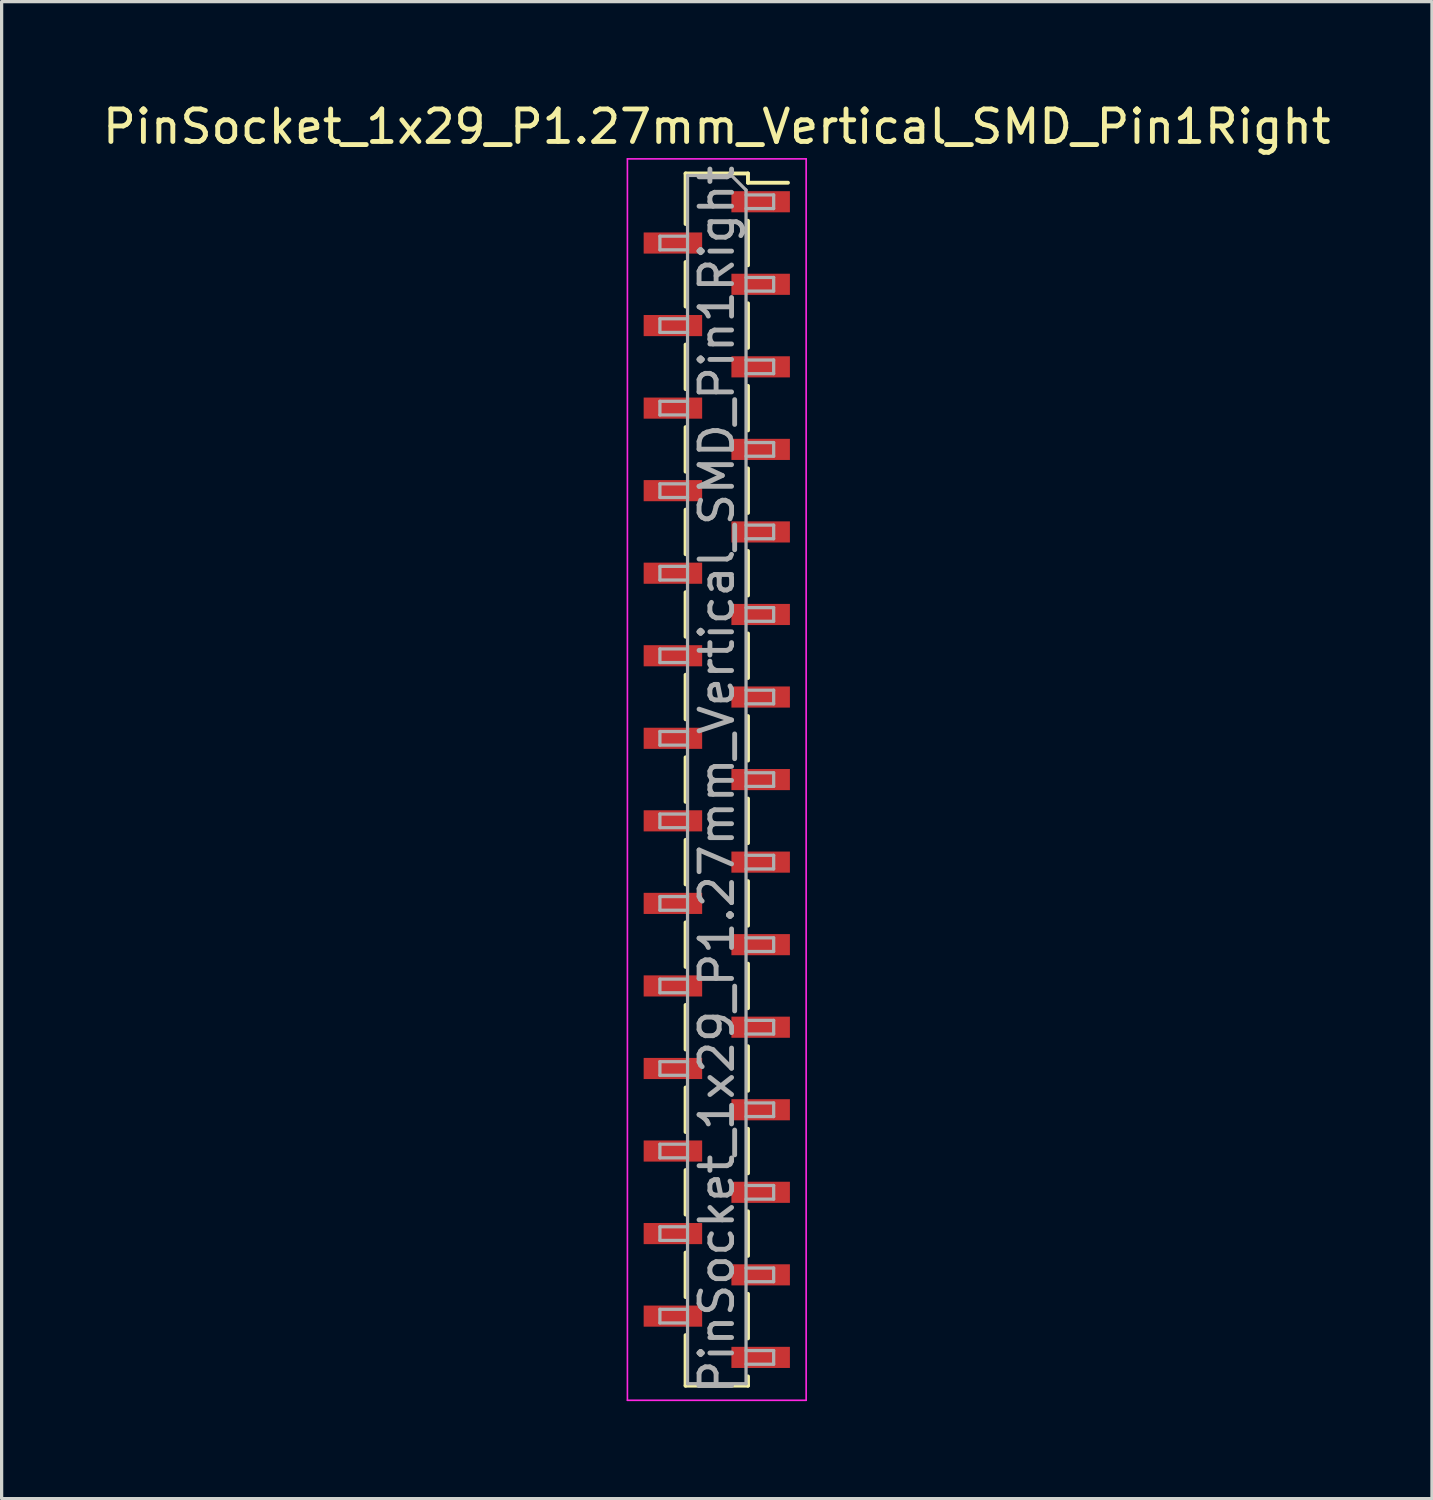
<source format=kicad_pcb>
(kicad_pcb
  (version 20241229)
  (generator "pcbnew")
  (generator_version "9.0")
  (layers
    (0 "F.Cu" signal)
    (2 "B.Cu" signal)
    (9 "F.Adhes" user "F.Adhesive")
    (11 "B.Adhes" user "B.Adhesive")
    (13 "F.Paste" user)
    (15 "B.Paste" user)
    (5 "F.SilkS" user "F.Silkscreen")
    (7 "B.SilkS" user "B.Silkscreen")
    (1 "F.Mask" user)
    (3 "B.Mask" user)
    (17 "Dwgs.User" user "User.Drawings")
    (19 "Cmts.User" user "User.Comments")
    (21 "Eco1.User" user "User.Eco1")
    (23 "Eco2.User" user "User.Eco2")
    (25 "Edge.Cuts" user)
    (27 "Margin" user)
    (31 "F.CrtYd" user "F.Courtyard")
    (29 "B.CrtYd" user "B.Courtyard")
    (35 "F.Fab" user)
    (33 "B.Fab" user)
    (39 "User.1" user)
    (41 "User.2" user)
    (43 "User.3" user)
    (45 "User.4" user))
  (footprint "PinSocket_1x29_P1.27mm_Vertical_SMD_Pin1Right"
    (layer "F.Cu")
    (at 19.006 20.938)
    (property "Reference" "PinSocket_1x29_P1.27mm_Vertical_SMD_Pin1Right" (at 0 -20.09 0) (layer "F.SilkS") (effects (font (size 1 1) (thickness 0.15))))
    (attr smd)
    (fp_line (start -0.96 -18.65) (end -0.96 -17.095) (stroke (width 0.12) (type solid)) (layer "F.SilkS"))
    (fp_line (start -0.96 -18.65) (end 0.96 -18.65) (stroke (width 0.12) (type solid)) (layer "F.SilkS"))
    (fp_line (start -0.96 -15.925) (end -0.96 -14.555) (stroke (width 0.12) (type solid)) (layer "F.SilkS"))
    (fp_line (start -0.96 -13.385) (end -0.96 -12.015) (stroke (width 0.12) (type solid)) (layer "F.SilkS"))
    (fp_line (start -0.96 -10.845) (end -0.96 -9.475) (stroke (width 0.12) (type solid)) (layer "F.SilkS"))
    (fp_line (start -0.96 -8.305) (end -0.96 -6.935) (stroke (width 0.12) (type solid)) (layer "F.SilkS"))
    (fp_line (start -0.96 -5.765) (end -0.96 -4.395) (stroke (width 0.12) (type solid)) (layer "F.SilkS"))
    (fp_line (start -0.96 -3.225) (end -0.96 -1.855) (stroke (width 0.12) (type solid)) (layer "F.SilkS"))
    (fp_line (start -0.96 -0.685) (end -0.96 0.685) (stroke (width 0.12) (type solid)) (layer "F.SilkS"))
    (fp_line (start -0.96 1.855) (end -0.96 3.225) (stroke (width 0.12) (type solid)) (layer "F.SilkS"))
    (fp_line (start -0.96 4.395) (end -0.96 5.765) (stroke (width 0.12) (type solid)) (layer "F.SilkS"))
    (fp_line (start -0.96 6.935) (end -0.96 8.305) (stroke (width 0.12) (type solid)) (layer "F.SilkS"))
    (fp_line (start -0.96 9.475) (end -0.96 10.845) (stroke (width 0.12) (type solid)) (layer "F.SilkS"))
    (fp_line (start -0.96 12.015) (end -0.96 13.385) (stroke (width 0.12) (type solid)) (layer "F.SilkS"))
    (fp_line (start -0.96 14.555) (end -0.96 15.925) (stroke (width 0.12) (type solid)) (layer "F.SilkS"))
    (fp_line (start -0.96 17.095) (end -0.96 18.65) (stroke (width 0.12) (type solid)) (layer "F.SilkS"))
    (fp_line (start -0.96 18.65) (end 0.96 18.65) (stroke (width 0.12) (type solid)) (layer "F.SilkS"))
    (fp_line (start 0.96 -18.65) (end 0.96 -18.365) (stroke (width 0.12) (type solid)) (layer "F.SilkS"))
    (fp_line (start 0.96 -18.365) (end 2.19 -18.365) (stroke (width 0.12) (type solid)) (layer "F.SilkS"))
    (fp_line (start 0.96 -17.195) (end 0.96 -15.825) (stroke (width 0.12) (type solid)) (layer "F.SilkS"))
    (fp_line (start 0.96 -14.655) (end 0.96 -13.285) (stroke (width 0.12) (type solid)) (layer "F.SilkS"))
    (fp_line (start 0.96 -12.115) (end 0.96 -10.745) (stroke (width 0.12) (type solid)) (layer "F.SilkS"))
    (fp_line (start 0.96 -9.575) (end 0.96 -8.205) (stroke (width 0.12) (type solid)) (layer "F.SilkS"))
    (fp_line (start 0.96 -7.035) (end 0.96 -5.665) (stroke (width 0.12) (type solid)) (layer "F.SilkS"))
    (fp_line (start 0.96 -4.495) (end 0.96 -3.125) (stroke (width 0.12) (type solid)) (layer "F.SilkS"))
    (fp_line (start 0.96 -1.955) (end 0.96 -0.585) (stroke (width 0.12) (type solid)) (layer "F.SilkS"))
    (fp_line (start 0.96 0.585) (end 0.96 1.955) (stroke (width 0.12) (type solid)) (layer "F.SilkS"))
    (fp_line (start 0.96 3.125) (end 0.96 4.495) (stroke (width 0.12) (type solid)) (layer "F.SilkS"))
    (fp_line (start 0.96 5.665) (end 0.96 7.035) (stroke (width 0.12) (type solid)) (layer "F.SilkS"))
    (fp_line (start 0.96 8.205) (end 0.96 9.575) (stroke (width 0.12) (type solid)) (layer "F.SilkS"))
    (fp_line (start 0.96 10.745) (end 0.96 12.115) (stroke (width 0.12) (type solid)) (layer "F.SilkS"))
    (fp_line (start 0.96 13.285) (end 0.96 14.655) (stroke (width 0.12) (type solid)) (layer "F.SilkS"))
    (fp_line (start 0.96 15.825) (end 0.96 17.195) (stroke (width 0.12) (type solid)) (layer "F.SilkS"))
    (fp_line (start 0.96 18.365) (end 0.96 18.65) (stroke (width 0.12) (type solid)) (layer "F.SilkS"))
    (fp_line (start -2.75 -19.1) (end 2.75 -19.1) (stroke (width 0.05) (type solid)) (layer "F.CrtYd"))
    (fp_line (start -2.75 19.1) (end -2.75 -19.1) (stroke (width 0.05) (type solid)) (layer "F.CrtYd"))
    (fp_line (start 2.75 -19.1) (end 2.75 19.1) (stroke (width 0.05) (type solid)) (layer "F.CrtYd"))
    (fp_line (start 2.75 19.1) (end -2.75 19.1) (stroke (width 0.05) (type solid)) (layer "F.CrtYd"))
    (fp_line (start -1.75 -16.72) (end -0.9 -16.72) (stroke (width 0.1) (type solid)) (layer "F.Fab"))
    (fp_line (start -1.75 -16.3) (end -1.75 -16.72) (stroke (width 0.1) (type solid)) (layer "F.Fab"))
    (fp_line (start -1.75 -14.18) (end -0.9 -14.18) (stroke (width 0.1) (type solid)) (layer "F.Fab"))
    (fp_line (start -1.75 -13.76) (end -1.75 -14.18) (stroke (width 0.1) (type solid)) (layer "F.Fab"))
    (fp_line (start -1.75 -11.64) (end -0.9 -11.64) (stroke (width 0.1) (type solid)) (layer "F.Fab"))
    (fp_line (start -1.75 -11.22) (end -1.75 -11.64) (stroke (width 0.1) (type solid)) (layer "F.Fab"))
    (fp_line (start -1.75 -9.1) (end -0.9 -9.1) (stroke (width 0.1) (type solid)) (layer "F.Fab"))
    (fp_line (start -1.75 -8.68) (end -1.75 -9.1) (stroke (width 0.1) (type solid)) (layer "F.Fab"))
    (fp_line (start -1.75 -6.56) (end -0.9 -6.56) (stroke (width 0.1) (type solid)) (layer "F.Fab"))
    (fp_line (start -1.75 -6.14) (end -1.75 -6.56) (stroke (width 0.1) (type solid)) (layer "F.Fab"))
    (fp_line (start -1.75 -4.02) (end -0.9 -4.02) (stroke (width 0.1) (type solid)) (layer "F.Fab"))
    (fp_line (start -1.75 -3.6) (end -1.75 -4.02) (stroke (width 0.1) (type solid)) (layer "F.Fab"))
    (fp_line (start -1.75 -1.48) (end -0.9 -1.48) (stroke (width 0.1) (type solid)) (layer "F.Fab"))
    (fp_line (start -1.75 -1.06) (end -1.75 -1.48) (stroke (width 0.1) (type solid)) (layer "F.Fab"))
    (fp_line (start -1.75 1.06) (end -0.9 1.06) (stroke (width 0.1) (type solid)) (layer "F.Fab"))
    (fp_line (start -1.75 1.48) (end -1.75 1.06) (stroke (width 0.1) (type solid)) (layer "F.Fab"))
    (fp_line (start -1.75 3.6) (end -0.9 3.6) (stroke (width 0.1) (type solid)) (layer "F.Fab"))
    (fp_line (start -1.75 4.02) (end -1.75 3.6) (stroke (width 0.1) (type solid)) (layer "F.Fab"))
    (fp_line (start -1.75 6.14) (end -0.9 6.14) (stroke (width 0.1) (type solid)) (layer "F.Fab"))
    (fp_line (start -1.75 6.56) (end -1.75 6.14) (stroke (width 0.1) (type solid)) (layer "F.Fab"))
    (fp_line (start -1.75 8.68) (end -0.9 8.68) (stroke (width 0.1) (type solid)) (layer "F.Fab"))
    (fp_line (start -1.75 9.1) (end -1.75 8.68) (stroke (width 0.1) (type solid)) (layer "F.Fab"))
    (fp_line (start -1.75 11.22) (end -0.9 11.22) (stroke (width 0.1) (type solid)) (layer "F.Fab"))
    (fp_line (start -1.75 11.64) (end -1.75 11.22) (stroke (width 0.1) (type solid)) (layer "F.Fab"))
    (fp_line (start -1.75 13.76) (end -0.9 13.76) (stroke (width 0.1) (type solid)) (layer "F.Fab"))
    (fp_line (start -1.75 14.18) (end -1.75 13.76) (stroke (width 0.1) (type solid)) (layer "F.Fab"))
    (fp_line (start -1.75 16.3) (end -0.9 16.3) (stroke (width 0.1) (type solid)) (layer "F.Fab"))
    (fp_line (start -1.75 16.72) (end -1.75 16.3) (stroke (width 0.1) (type solid)) (layer "F.Fab"))
    (fp_line (start -0.9 -18.59) (end 0.45 -18.59) (stroke (width 0.1) (type solid)) (layer "F.Fab"))
    (fp_line (start -0.9 -16.3) (end -1.75 -16.3) (stroke (width 0.1) (type solid)) (layer "F.Fab"))
    (fp_line (start -0.9 -13.76) (end -1.75 -13.76) (stroke (width 0.1) (type solid)) (layer "F.Fab"))
    (fp_line (start -0.9 -11.22) (end -1.75 -11.22) (stroke (width 0.1) (type solid)) (layer "F.Fab"))
    (fp_line (start -0.9 -8.68) (end -1.75 -8.68) (stroke (width 0.1) (type solid)) (layer "F.Fab"))
    (fp_line (start -0.9 -6.14) (end -1.75 -6.14) (stroke (width 0.1) (type solid)) (layer "F.Fab"))
    (fp_line (start -0.9 -3.6) (end -1.75 -3.6) (stroke (width 0.1) (type solid)) (layer "F.Fab"))
    (fp_line (start -0.9 -1.06) (end -1.75 -1.06) (stroke (width 0.1) (type solid)) (layer "F.Fab"))
    (fp_line (start -0.9 1.48) (end -1.75 1.48) (stroke (width 0.1) (type solid)) (layer "F.Fab"))
    (fp_line (start -0.9 4.02) (end -1.75 4.02) (stroke (width 0.1) (type solid)) (layer "F.Fab"))
    (fp_line (start -0.9 6.56) (end -1.75 6.56) (stroke (width 0.1) (type solid)) (layer "F.Fab"))
    (fp_line (start -0.9 9.1) (end -1.75 9.1) (stroke (width 0.1) (type solid)) (layer "F.Fab"))
    (fp_line (start -0.9 11.64) (end -1.75 11.64) (stroke (width 0.1) (type solid)) (layer "F.Fab"))
    (fp_line (start -0.9 14.18) (end -1.75 14.18) (stroke (width 0.1) (type solid)) (layer "F.Fab"))
    (fp_line (start -0.9 16.72) (end -1.75 16.72) (stroke (width 0.1) (type solid)) (layer "F.Fab"))
    (fp_line (start -0.9 18.59) (end -0.9 -18.59) (stroke (width 0.1) (type solid)) (layer "F.Fab"))
    (fp_line (start 0.45 -18.59) (end 0.9 -18.14) (stroke (width 0.1) (type solid)) (layer "F.Fab"))
    (fp_line (start 0.9 -18.14) (end 0.9 18.59) (stroke (width 0.1) (type solid)) (layer "F.Fab"))
    (fp_line (start 0.9 -17.99) (end 1.75 -17.99) (stroke (width 0.1) (type solid)) (layer "F.Fab"))
    (fp_line (start 0.9 -15.45) (end 1.75 -15.45) (stroke (width 0.1) (type solid)) (layer "F.Fab"))
    (fp_line (start 0.9 -12.91) (end 1.75 -12.91) (stroke (width 0.1) (type solid)) (layer "F.Fab"))
    (fp_line (start 0.9 -10.37) (end 1.75 -10.37) (stroke (width 0.1) (type solid)) (layer "F.Fab"))
    (fp_line (start 0.9 -7.83) (end 1.75 -7.83) (stroke (width 0.1) (type solid)) (layer "F.Fab"))
    (fp_line (start 0.9 -5.29) (end 1.75 -5.29) (stroke (width 0.1) (type solid)) (layer "F.Fab"))
    (fp_line (start 0.9 -2.75) (end 1.75 -2.75) (stroke (width 0.1) (type solid)) (layer "F.Fab"))
    (fp_line (start 0.9 -0.21) (end 1.75 -0.21) (stroke (width 0.1) (type solid)) (layer "F.Fab"))
    (fp_line (start 0.9 2.33) (end 1.75 2.33) (stroke (width 0.1) (type solid)) (layer "F.Fab"))
    (fp_line (start 0.9 4.87) (end 1.75 4.87) (stroke (width 0.1) (type solid)) (layer "F.Fab"))
    (fp_line (start 0.9 7.41) (end 1.75 7.41) (stroke (width 0.1) (type solid)) (layer "F.Fab"))
    (fp_line (start 0.9 9.95) (end 1.75 9.95) (stroke (width 0.1) (type solid)) (layer "F.Fab"))
    (fp_line (start 0.9 12.49) (end 1.75 12.49) (stroke (width 0.1) (type solid)) (layer "F.Fab"))
    (fp_line (start 0.9 15.03) (end 1.75 15.03) (stroke (width 0.1) (type solid)) (layer "F.Fab"))
    (fp_line (start 0.9 17.57) (end 1.75 17.57) (stroke (width 0.1) (type solid)) (layer "F.Fab"))
    (fp_line (start 0.9 18.59) (end -0.9 18.59) (stroke (width 0.1) (type solid)) (layer "F.Fab"))
    (fp_line (start 1.75 -17.99) (end 1.75 -17.57) (stroke (width 0.1) (type solid)) (layer "F.Fab"))
    (fp_line (start 1.75 -17.57) (end 0.9 -17.57) (stroke (width 0.1) (type solid)) (layer "F.Fab"))
    (fp_line (start 1.75 -15.45) (end 1.75 -15.03) (stroke (width 0.1) (type solid)) (layer "F.Fab"))
    (fp_line (start 1.75 -15.03) (end 0.9 -15.03) (stroke (width 0.1) (type solid)) (layer "F.Fab"))
    (fp_line (start 1.75 -12.91) (end 1.75 -12.49) (stroke (width 0.1) (type solid)) (layer "F.Fab"))
    (fp_line (start 1.75 -12.49) (end 0.9 -12.49) (stroke (width 0.1) (type solid)) (layer "F.Fab"))
    (fp_line (start 1.75 -10.37) (end 1.75 -9.95) (stroke (width 0.1) (type solid)) (layer "F.Fab"))
    (fp_line (start 1.75 -9.95) (end 0.9 -9.95) (stroke (width 0.1) (type solid)) (layer "F.Fab"))
    (fp_line (start 1.75 -7.83) (end 1.75 -7.41) (stroke (width 0.1) (type solid)) (layer "F.Fab"))
    (fp_line (start 1.75 -7.41) (end 0.9 -7.41) (stroke (width 0.1) (type solid)) (layer "F.Fab"))
    (fp_line (start 1.75 -5.29) (end 1.75 -4.87) (stroke (width 0.1) (type solid)) (layer "F.Fab"))
    (fp_line (start 1.75 -4.87) (end 0.9 -4.87) (stroke (width 0.1) (type solid)) (layer "F.Fab"))
    (fp_line (start 1.75 -2.75) (end 1.75 -2.33) (stroke (width 0.1) (type solid)) (layer "F.Fab"))
    (fp_line (start 1.75 -2.33) (end 0.9 -2.33) (stroke (width 0.1) (type solid)) (layer "F.Fab"))
    (fp_line (start 1.75 -0.21) (end 1.75 0.21) (stroke (width 0.1) (type solid)) (layer "F.Fab"))
    (fp_line (start 1.75 0.21) (end 0.9 0.21) (stroke (width 0.1) (type solid)) (layer "F.Fab"))
    (fp_line (start 1.75 2.33) (end 1.75 2.75) (stroke (width 0.1) (type solid)) (layer "F.Fab"))
    (fp_line (start 1.75 2.75) (end 0.9 2.75) (stroke (width 0.1) (type solid)) (layer "F.Fab"))
    (fp_line (start 1.75 4.87) (end 1.75 5.29) (stroke (width 0.1) (type solid)) (layer "F.Fab"))
    (fp_line (start 1.75 5.29) (end 0.9 5.29) (stroke (width 0.1) (type solid)) (layer "F.Fab"))
    (fp_line (start 1.75 7.41) (end 1.75 7.83) (stroke (width 0.1) (type solid)) (layer "F.Fab"))
    (fp_line (start 1.75 7.83) (end 0.9 7.83) (stroke (width 0.1) (type solid)) (layer "F.Fab"))
    (fp_line (start 1.75 9.95) (end 1.75 10.37) (stroke (width 0.1) (type solid)) (layer "F.Fab"))
    (fp_line (start 1.75 10.37) (end 0.9 10.37) (stroke (width 0.1) (type solid)) (layer "F.Fab"))
    (fp_line (start 1.75 12.49) (end 1.75 12.91) (stroke (width 0.1) (type solid)) (layer "F.Fab"))
    (fp_line (start 1.75 12.91) (end 0.9 12.91) (stroke (width 0.1) (type solid)) (layer "F.Fab"))
    (fp_line (start 1.75 15.03) (end 1.75 15.45) (stroke (width 0.1) (type solid)) (layer "F.Fab"))
    (fp_line (start 1.75 15.45) (end 0.9 15.45) (stroke (width 0.1) (type solid)) (layer "F.Fab"))
    (fp_line (start 1.75 17.57) (end 1.75 17.99) (stroke (width 0.1) (type solid)) (layer "F.Fab"))
    (fp_line (start 1.75 17.99) (end 0.9 17.99) (stroke (width 0.1) (type solid)) (layer "F.Fab"))
    (fp_text user "${REFERENCE}" (at 0 0 90) (layer "F.Fab") (effects (font (size 1 1) (thickness 0.15))))
    (pad "1" smd rect (at 1.35 -17.78) (size 1.8 0.65) (layers "F.Cu" "F.Mask" "F.Paste"))
    (pad "2" smd rect (at -1.35 -16.51) (size 1.8 0.65) (layers "F.Cu" "F.Mask" "F.Paste"))
    (pad "3" smd rect (at 1.35 -15.24) (size 1.8 0.65) (layers "F.Cu" "F.Mask" "F.Paste"))
    (pad "4" smd rect (at -1.35 -13.97) (size 1.8 0.65) (layers "F.Cu" "F.Mask" "F.Paste"))
    (pad "5" smd rect (at 1.35 -12.7) (size 1.8 0.65) (layers "F.Cu" "F.Mask" "F.Paste"))
    (pad "6" smd rect (at -1.35 -11.43) (size 1.8 0.65) (layers "F.Cu" "F.Mask" "F.Paste"))
    (pad "7" smd rect (at 1.35 -10.16) (size 1.8 0.65) (layers "F.Cu" "F.Mask" "F.Paste"))
    (pad "8" smd rect (at -1.35 -8.89) (size 1.8 0.65) (layers "F.Cu" "F.Mask" "F.Paste"))
    (pad "9" smd rect (at 1.35 -7.62) (size 1.8 0.65) (layers "F.Cu" "F.Mask" "F.Paste"))
    (pad "10" smd rect (at -1.35 -6.35) (size 1.8 0.65) (layers "F.Cu" "F.Mask" "F.Paste"))
    (pad "11" smd rect (at 1.35 -5.08) (size 1.8 0.65) (layers "F.Cu" "F.Mask" "F.Paste"))
    (pad "12" smd rect (at -1.35 -3.81) (size 1.8 0.65) (layers "F.Cu" "F.Mask" "F.Paste"))
    (pad "13" smd rect (at 1.35 -2.54) (size 1.8 0.65) (layers "F.Cu" "F.Mask" "F.Paste"))
    (pad "14" smd rect (at -1.35 -1.27) (size 1.8 0.65) (layers "F.Cu" "F.Mask" "F.Paste"))
    (pad "15" smd rect (at 1.35 0) (size 1.8 0.65) (layers "F.Cu" "F.Mask" "F.Paste"))
    (pad "16" smd rect (at -1.35 1.27) (size 1.8 0.65) (layers "F.Cu" "F.Mask" "F.Paste"))
    (pad "17" smd rect (at 1.35 2.54) (size 1.8 0.65) (layers "F.Cu" "F.Mask" "F.Paste"))
    (pad "18" smd rect (at -1.35 3.81) (size 1.8 0.65) (layers "F.Cu" "F.Mask" "F.Paste"))
    (pad "19" smd rect (at 1.35 5.08) (size 1.8 0.65) (layers "F.Cu" "F.Mask" "F.Paste"))
    (pad "20" smd rect (at -1.35 6.35) (size 1.8 0.65) (layers "F.Cu" "F.Mask" "F.Paste"))
    (pad "21" smd rect (at 1.35 7.62) (size 1.8 0.65) (layers "F.Cu" "F.Mask" "F.Paste"))
    (pad "22" smd rect (at -1.35 8.89) (size 1.8 0.65) (layers "F.Cu" "F.Mask" "F.Paste"))
    (pad "23" smd rect (at 1.35 10.16) (size 1.8 0.65) (layers "F.Cu" "F.Mask" "F.Paste"))
    (pad "24" smd rect (at -1.35 11.43) (size 1.8 0.65) (layers "F.Cu" "F.Mask" "F.Paste"))
    (pad "25" smd rect (at 1.35 12.7) (size 1.8 0.65) (layers "F.Cu" "F.Mask" "F.Paste"))
    (pad "26" smd rect (at -1.35 13.97) (size 1.8 0.65) (layers "F.Cu" "F.Mask" "F.Paste"))
    (pad "27" smd rect (at 1.35 15.24) (size 1.8 0.65) (layers "F.Cu" "F.Mask" "F.Paste"))
    (pad "28" smd rect (at -1.35 16.51) (size 1.8 0.65) (layers "F.Cu" "F.Mask" "F.Paste"))
    (pad "29" smd rect (at 1.35 17.78) (size 1.8 0.65) (layers "F.Cu" "F.Mask" "F.Paste")))
  (gr_rect
    (start -3 -3)
    (end 41.012 43.063)
    (stroke (width 0.1) (type default))
    (fill no)
    (layer "Edge.Cuts")))
</source>
